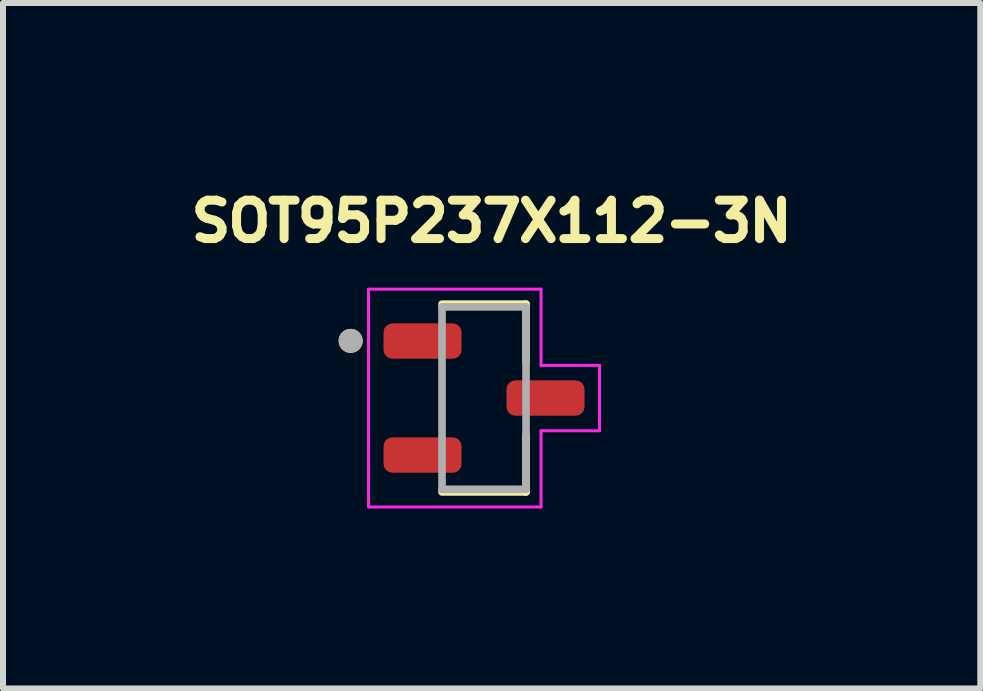
<source format=kicad_pcb>
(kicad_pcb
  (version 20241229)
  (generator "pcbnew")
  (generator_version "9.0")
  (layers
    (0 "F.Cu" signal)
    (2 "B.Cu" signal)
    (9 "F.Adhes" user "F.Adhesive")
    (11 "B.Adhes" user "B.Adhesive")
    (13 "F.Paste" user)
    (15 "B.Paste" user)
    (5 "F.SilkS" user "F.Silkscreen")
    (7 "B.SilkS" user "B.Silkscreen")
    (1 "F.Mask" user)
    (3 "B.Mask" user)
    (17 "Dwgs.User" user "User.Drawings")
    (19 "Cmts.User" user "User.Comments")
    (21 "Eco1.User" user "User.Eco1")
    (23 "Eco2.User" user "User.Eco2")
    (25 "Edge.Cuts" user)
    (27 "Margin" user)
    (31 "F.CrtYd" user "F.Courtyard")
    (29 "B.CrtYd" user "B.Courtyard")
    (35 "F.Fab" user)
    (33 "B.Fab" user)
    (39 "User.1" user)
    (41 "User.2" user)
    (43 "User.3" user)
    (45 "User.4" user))
  (footprint "SOT95P237X112-3N"
    (layer "F.Cu")
    (at 5.017 3.584)
    (property "Reference" "SOT95P237X112-3N" (at 0.127 -2.946 0) (layer "F.SilkS") (effects (font (size 0.64 0.64) (thickness 0.15))))
    (attr smd)
    (fp_line (start -0.7 1.565) (end 0.7 1.565) (stroke (width 0.127) (type solid)) (layer "F.SilkS"))
    (fp_line (start 0.7 -1.565) (end -0.7 -1.565) (stroke (width 0.127) (type solid)) (layer "F.SilkS"))
    (fp_line (start 0.7 -1.565) (end 0.7 -0.615) (stroke (width 0.127) (type solid)) (layer "F.SilkS"))
    (fp_line (start 0.7 1.565) (end 0.7 0.615) (stroke (width 0.127) (type solid)) (layer "F.SilkS"))
    (fp_circle (center -2.223 -0.953) (end -2.123 -0.953) (stroke (width 0.2) (type solid)) (fill no) (layer "F.SilkS"))
    (fp_line (start -1.925 -1.815) (end 0.95 -1.815) (stroke (width 0.05) (type solid)) (layer "F.CrtYd"))
    (fp_line (start -1.925 1.815) (end -1.925 -1.815) (stroke (width 0.05) (type solid)) (layer "F.CrtYd"))
    (fp_line (start 0.95 -1.815) (end 0.95 -0.545) (stroke (width 0.05) (type solid)) (layer "F.CrtYd"))
    (fp_line (start 0.95 -0.545) (end 1.925 -0.545) (stroke (width 0.05) (type solid)) (layer "F.CrtYd"))
    (fp_line (start 0.95 0.545) (end 1.925 0.545) (stroke (width 0.05) (type solid)) (layer "F.CrtYd"))
    (fp_line (start 0.95 1.815) (end -1.925 1.815) (stroke (width 0.05) (type solid)) (layer "F.CrtYd"))
    (fp_line (start 0.95 1.815) (end 0.95 0.545) (stroke (width 0.05) (type solid)) (layer "F.CrtYd"))
    (fp_line (start 1.925 0.545) (end 1.925 -0.545) (stroke (width 0.05) (type solid)) (layer "F.CrtYd"))
    (fp_line (start -0.7 -1.52) (end -0.7 1.52) (stroke (width 0.127) (type solid)) (layer "F.Fab"))
    (fp_line (start -0.7 1.52) (end 0.7 1.52) (stroke (width 0.127) (type solid)) (layer "F.Fab"))
    (fp_line (start 0.7 -1.52) (end -0.7 -1.52) (stroke (width 0.127) (type solid)) (layer "F.Fab"))
    (fp_line (start 0.7 1.52) (end 0.7 -1.52) (stroke (width 0.127) (type solid)) (layer "F.Fab"))
    (fp_circle (center -2.223 -0.953) (end -2.123 -0.953) (stroke (width 0.2) (type solid)) (fill no) (layer "F.Fab"))
    (pad "1" smd roundrect (at -1.025 -0.95) (size 1.3 0.59) (layers "F.Cu" "F.Mask" "F.Paste") (roundrect_rratio 0.25))
    (pad "2" smd roundrect (at -1.025 0.95) (size 1.3 0.59) (layers "F.Cu" "F.Mask" "F.Paste") (roundrect_rratio 0.25))
    (pad "3" smd roundrect (at 1.025 0) (size 1.3 0.59) (layers "F.Cu" "F.Mask" "F.Paste") (roundrect_rratio 0.25)))
  (gr_rect
    (start -3 -3)
    (end 13.288 8.424)
    (stroke (width 0.1) (type default))
    (fill no)
    (layer "Edge.Cuts")))
</source>
